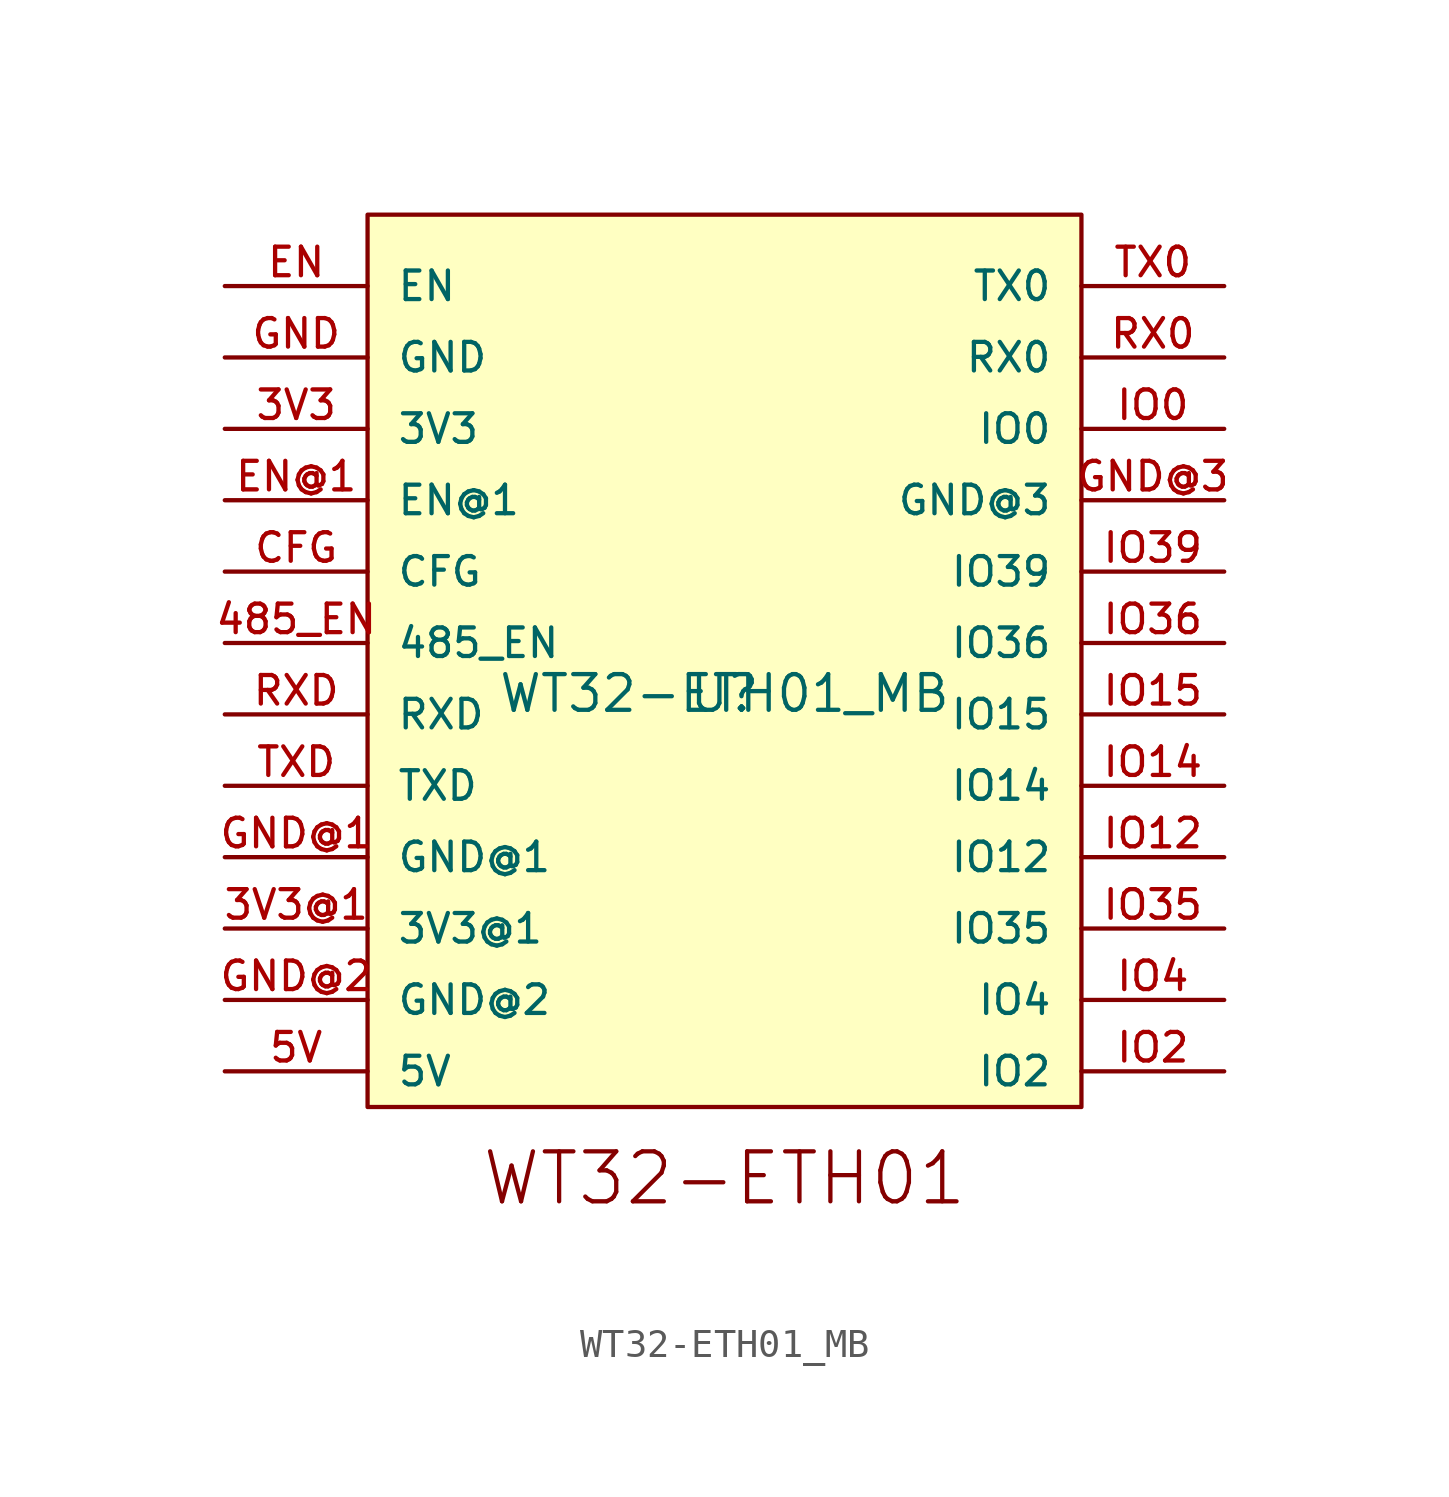
<source format=kicad_sym>
(kicad_symbol_lib
  (version 20220914)
  (generator kicad_symbol_editor)
  (symbol "WT32-ETH01_MB"
    (pin_names
      (offset 1.016))
    (property "Reference" "U"
      (at 0 0 0)
      (effects (font (size 1.27 1.27)) (justify bottom)))
    (property "Value" "WT32-ETH01_MB"
      (at 0 0 0)
      (effects (font (size 1.27 1.27)) (justify bottom)))
    (symbol "WT32-ETH01_MB_0_0"
      (rectangle (start -12.7 17.78) (end 12.7 -13.97) (stroke (width 0.152) (type default)) (fill (type background)))
      (text "WT32-ETH01" (at 0 -16.51 0) (effects (font (size 1.778 1.778))))
      (pin bidirectional line (at -17.78 10.16 0) (length 5.08) (name "3V3" (effects (font (size 1.016 1.016)))) (number "3V3" (effects (font (size 1.016 1.016)))))
      (pin bidirectional line (at -17.78 -7.62 0) (length 5.08) (name "3V3@1" (effects (font (size 1.016 1.016)))) (number "3V3@1" (effects (font (size 1.016 1.016)))))
      (pin bidirectional line (at -17.78 2.54 0) (length 5.08) (name "485_EN" (effects (font (size 1.016 1.016)))) (number "485_EN" (effects (font (size 1.016 1.016)))))
      (pin bidirectional line (at -17.78 -12.7 0) (length 5.08) (name "5V" (effects (font (size 1.016 1.016)))) (number "5V" (effects (font (size 1.016 1.016)))))
      (pin bidirectional line (at -17.78 15.24 0) (length 5.08) (name "EN" (effects (font (size 1.016 1.016)))) (number "EN" (effects (font (size 1.016 1.016)))))
      (pin bidirectional line (at -17.78 7.62 0) (length 5.08) (name "EN@1" (effects (font (size 1.016 1.016)))) (number "EN@1" (effects (font (size 1.016 1.016)))))
      (pin bidirectional line (at -17.78 12.7 0) (length 5.08) (name "GND" (effects (font (size 1.016 1.016)))) (number "GND" (effects (font (size 1.016 1.016)))))
      (pin bidirectional line (at -17.78 -5.08 0) (length 5.08) (name "GND@1" (effects (font (size 1.016 1.016)))) (number "GND@1" (effects (font (size 1.016 1.016)))))
      (pin bidirectional line (at -17.78 -10.16 0) (length 5.08) (name "GND@2" (effects (font (size 1.016 1.016)))) (number "GND@2" (effects (font (size 1.016 1.016)))))
      (pin bidirectional line (at 17.78 7.62 180) (length 5.08) (name "GND@3" (effects (font (size 1.016 1.016)))) (number "GND@3" (effects (font (size 1.016 1.016)))))
      (pin bidirectional line (at 17.78 10.16 180) (length 5.08) (name "IO0" (effects (font (size 1.016 1.016)))) (number "IO0" (effects (font (size 1.016 1.016)))))
      (pin bidirectional line (at 17.78 -5.08 180) (length 5.08) (name "IO12" (effects (font (size 1.016 1.016)))) (number "IO12" (effects (font (size 1.016 1.016)))))
      (pin bidirectional line (at 17.78 -2.54 180) (length 5.08) (name "IO14" (effects (font (size 1.016 1.016)))) (number "IO14" (effects (font (size 1.016 1.016)))))
      (pin bidirectional line (at 17.78 0 180) (length 5.08) (name "IO15" (effects (font (size 1.016 1.016)))) (number "IO15" (effects (font (size 1.016 1.016)))))
      (pin bidirectional line (at 17.78 -12.7 180) (length 5.08) (name "IO2" (effects (font (size 1.016 1.016)))) (number "IO2" (effects (font (size 1.016 1.016)))))
      (pin bidirectional line (at 17.78 -7.62 180) (length 5.08) (name "IO35" (effects (font (size 1.016 1.016)))) (number "IO35" (effects (font (size 1.016 1.016)))))
      (pin bidirectional line (at 17.78 2.54 180) (length 5.08) (name "IO36" (effects (font (size 1.016 1.016)))) (number "IO36" (effects (font (size 1.016 1.016)))))
      (pin bidirectional line (at 17.78 5.08 180) (length 5.08) (name "IO39" (effects (font (size 1.016 1.016)))) (number "IO39" (effects (font (size 1.016 1.016)))))
      (pin bidirectional line (at 17.78 -10.16 180) (length 5.08) (name "IO4" (effects (font (size 1.016 1.016)))) (number "IO4" (effects (font (size 1.016 1.016)))))
      (pin bidirectional line (at 17.78 12.7 180) (length 5.08) (name "RX0" (effects (font (size 1.016 1.016)))) (number "RX0" (effects (font (size 1.016 1.016)))))
      (pin bidirectional line (at -17.78 0 0) (length 5.08) (name "RXD" (effects (font (size 1.016 1.016)))) (number "RXD" (effects (font (size 1.016 1.016)))))
      (pin bidirectional line (at 17.78 15.24 180) (length 5.08) (name "TX0" (effects (font (size 1.016 1.016)))) (number "TX0" (effects (font (size 1.016 1.016)))))
      (pin bidirectional line (at -17.78 -2.54 0) (length 5.08) (name "TXD" (effects (font (size 1.016 1.016)))) (number "TXD" (effects (font (size 1.016 1.016))))))
    (symbol "WT32-ETH01_MB_1_0"
      (pin bidirectional line (at -17.78 5.08 0) (length 5.08) (name "CFG" (effects (font (size 1.016 1.016)))) (number "CFG" (effects (font (size 1.016 1.016))))))))
</source>
